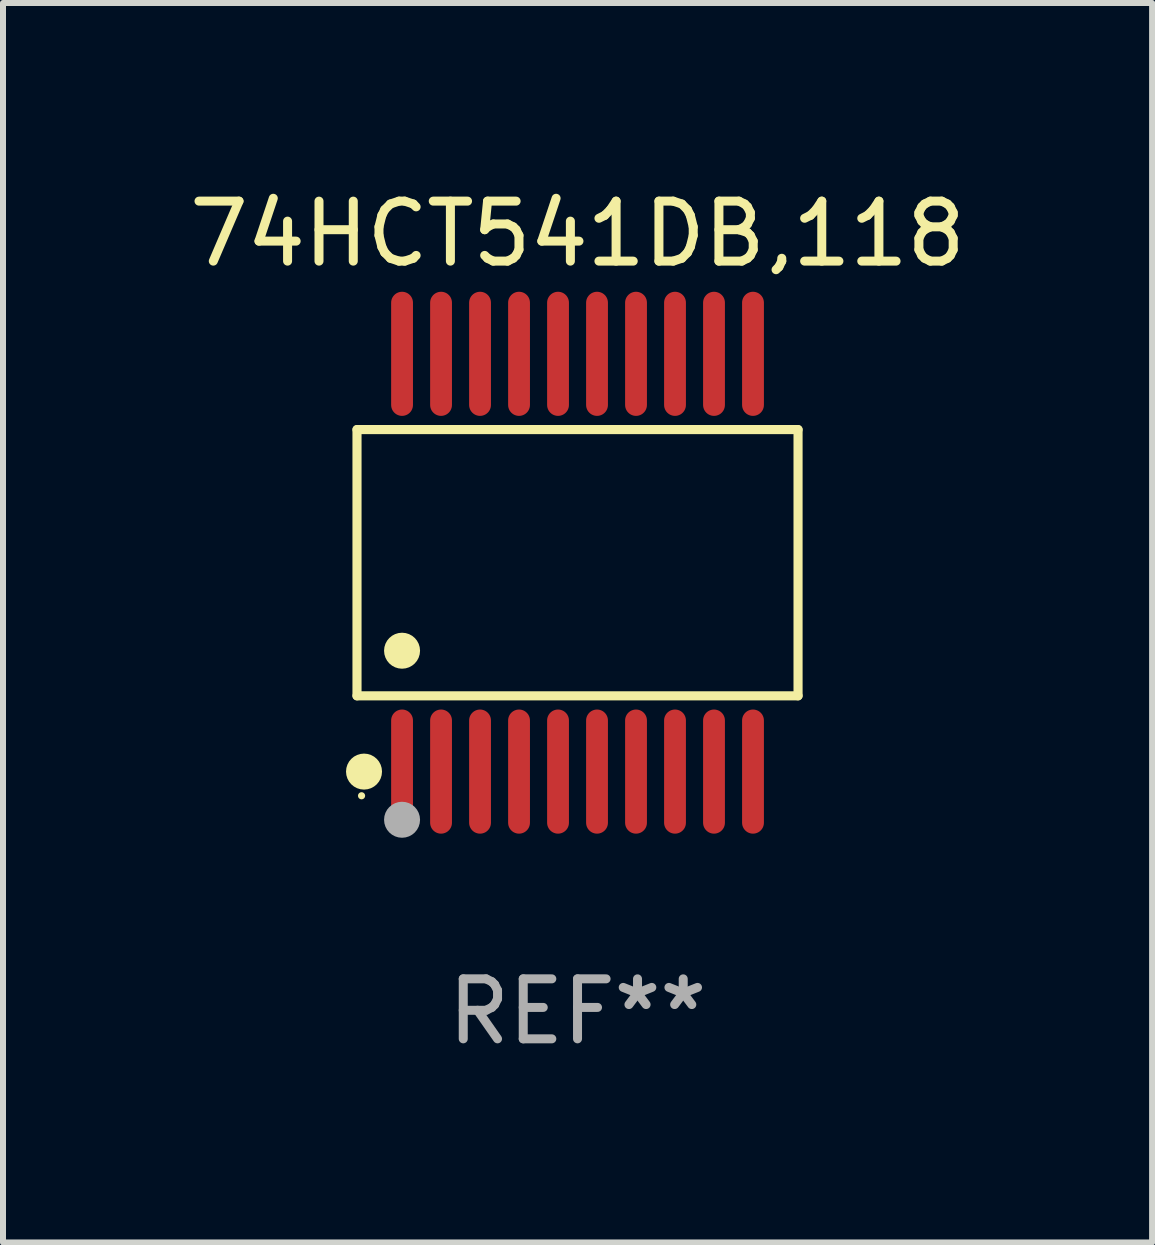
<source format=kicad_pcb>
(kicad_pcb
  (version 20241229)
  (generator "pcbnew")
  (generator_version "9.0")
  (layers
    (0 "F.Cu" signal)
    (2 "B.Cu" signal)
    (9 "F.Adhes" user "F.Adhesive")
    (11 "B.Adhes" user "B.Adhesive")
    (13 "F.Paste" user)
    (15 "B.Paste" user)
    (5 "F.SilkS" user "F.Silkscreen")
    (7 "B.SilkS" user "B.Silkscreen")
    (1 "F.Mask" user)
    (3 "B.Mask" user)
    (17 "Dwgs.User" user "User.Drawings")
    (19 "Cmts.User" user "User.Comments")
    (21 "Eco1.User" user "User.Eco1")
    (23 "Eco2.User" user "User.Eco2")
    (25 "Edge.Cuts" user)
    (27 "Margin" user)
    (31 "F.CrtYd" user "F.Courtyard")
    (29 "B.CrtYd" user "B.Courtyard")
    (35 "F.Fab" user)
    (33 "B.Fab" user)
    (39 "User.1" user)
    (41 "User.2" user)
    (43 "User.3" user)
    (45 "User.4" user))
  (footprint "74HCT541DB,118"
    (layer "F.Cu")
    (at 6.577 6.33)
    (property "Reference" "74HCT541DB,118" (at 0 -5.482 0) (layer "F.SilkS") (effects (font (size 1 1) (thickness 0.15))))
    (attr through_hole)
    (fp_line (start -3.676 -2.219) (end 3.676 -2.219) (stroke (width 0.152) (type solid)) (layer "F.SilkS"))
    (fp_line (start -3.676 2.219) (end -3.676 -2.219) (stroke (width 0.152) (type solid)) (layer "F.SilkS"))
    (fp_line (start 3.676 -2.219) (end 3.676 2.219) (stroke (width 0.152) (type solid)) (layer "F.SilkS"))
    (fp_line (start 3.676 2.219) (end -3.676 2.219) (stroke (width 0.152) (type solid)) (layer "F.SilkS"))
    (fp_circle (center -3.6 3.885) (end -3.57 3.885) (stroke (width 0.06) (type solid)) (fill no) (layer "F.SilkS"))
    (fp_circle (center -3.559 3.482) (end -3.409 3.482) (stroke (width 0.3) (type solid)) (fill no) (layer "F.SilkS"))
    (fp_circle (center -2.925 1.467) (end -2.775 1.467) (stroke (width 0.3) (type solid)) (fill no) (layer "F.SilkS"))
    (fp_circle (center -2.925 4.285) (end -2.775 4.285) (stroke (width 0.3) (type solid)) (fill no) (layer "F.Fab"))
    (fp_text user "REF**" (at 0 7.482 0) (layer "F.Fab") (effects (font (size 1 1) (thickness 0.15))))
    (pad "1" smd oval (at -2.925 3.482) (size 0.364 2.069) (layers "F.Cu" "F.Mask" "F.Paste"))
    (pad "2" smd oval (at -2.275 3.482) (size 0.364 2.069) (layers "F.Cu" "F.Mask" "F.Paste"))
    (pad "3" smd oval (at -1.625 3.482) (size 0.364 2.069) (layers "F.Cu" "F.Mask" "F.Paste"))
    (pad "4" smd oval (at -0.975 3.482) (size 0.364 2.069) (layers "F.Cu" "F.Mask" "F.Paste"))
    (pad "5" smd oval (at -0.325 3.482) (size 0.364 2.069) (layers "F.Cu" "F.Mask" "F.Paste"))
    (pad "6" smd oval (at 0.325 3.482) (size 0.364 2.069) (layers "F.Cu" "F.Mask" "F.Paste"))
    (pad "7" smd oval (at 0.975 3.482) (size 0.364 2.069) (layers "F.Cu" "F.Mask" "F.Paste"))
    (pad "8" smd oval (at 1.625 3.482) (size 0.364 2.069) (layers "F.Cu" "F.Mask" "F.Paste"))
    (pad "9" smd oval (at 2.275 3.482) (size 0.364 2.069) (layers "F.Cu" "F.Mask" "F.Paste"))
    (pad "10" smd oval (at 2.925 3.482) (size 0.364 2.069) (layers "F.Cu" "F.Mask" "F.Paste"))
    (pad "11" smd oval (at 2.925 -3.482) (size 0.364 2.069) (layers "F.Cu" "F.Mask" "F.Paste"))
    (pad "12" smd oval (at 2.275 -3.482) (size 0.364 2.069) (layers "F.Cu" "F.Mask" "F.Paste"))
    (pad "13" smd oval (at 1.625 -3.482) (size 0.364 2.069) (layers "F.Cu" "F.Mask" "F.Paste"))
    (pad "14" smd oval (at 0.975 -3.482) (size 0.364 2.069) (layers "F.Cu" "F.Mask" "F.Paste"))
    (pad "15" smd oval (at 0.325 -3.482) (size 0.364 2.069) (layers "F.Cu" "F.Mask" "F.Paste"))
    (pad "16" smd oval (at -0.325 -3.482) (size 0.364 2.069) (layers "F.Cu" "F.Mask" "F.Paste"))
    (pad "17" smd oval (at -0.975 -3.482) (size 0.364 2.069) (layers "F.Cu" "F.Mask" "F.Paste"))
    (pad "18" smd oval (at -1.625 -3.482) (size 0.364 2.069) (layers "F.Cu" "F.Mask" "F.Paste"))
    (pad "19" smd oval (at -2.275 -3.482) (size 0.364 2.069) (layers "F.Cu" "F.Mask" "F.Paste"))
    (pad "20" smd oval (at -2.925 -3.482) (size 0.364 2.069) (layers "F.Cu" "F.Mask" "F.Paste")))
  (gr_rect
    (start -3 -3)
    (end 16.155 17.661)
    (stroke (width 0.1) (type default))
    (fill no)
    (layer "Edge.Cuts")))
</source>
